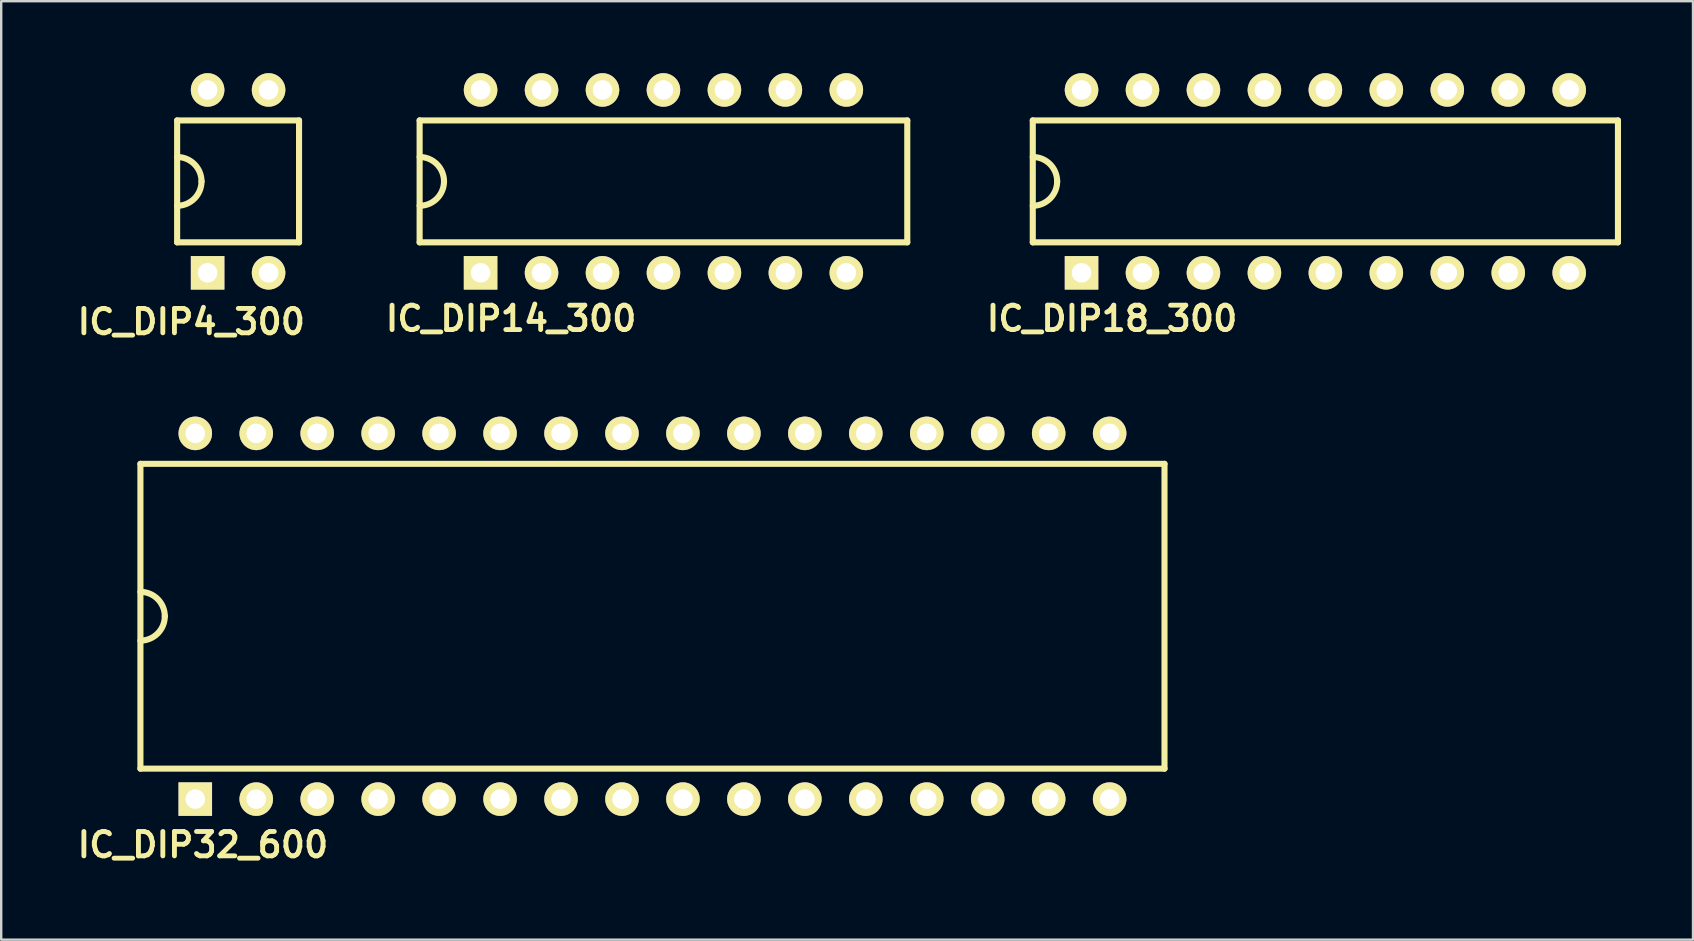
<source format=kicad_pcb>
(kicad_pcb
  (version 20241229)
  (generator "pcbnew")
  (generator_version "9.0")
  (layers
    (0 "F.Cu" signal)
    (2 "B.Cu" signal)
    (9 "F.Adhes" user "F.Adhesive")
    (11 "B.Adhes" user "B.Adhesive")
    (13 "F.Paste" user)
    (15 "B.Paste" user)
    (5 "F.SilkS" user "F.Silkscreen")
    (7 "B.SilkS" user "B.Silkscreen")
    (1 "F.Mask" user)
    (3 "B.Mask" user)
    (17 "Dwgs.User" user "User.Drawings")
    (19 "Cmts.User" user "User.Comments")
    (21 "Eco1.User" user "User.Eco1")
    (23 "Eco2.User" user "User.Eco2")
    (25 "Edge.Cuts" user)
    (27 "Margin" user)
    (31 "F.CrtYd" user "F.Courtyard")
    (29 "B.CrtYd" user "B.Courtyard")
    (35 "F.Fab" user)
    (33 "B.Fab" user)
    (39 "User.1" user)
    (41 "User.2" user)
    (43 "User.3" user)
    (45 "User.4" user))
  (footprint "IC_DIP18_300"
    (layer "F.Cu")
    (at 52.176 4.508)
    (property "Reference" "IC_DIP18_300" (at -8.89 5.715 0) (layer "F.SilkS") (effects (font (size 1.016 1.016) (thickness 0.203))))
    (attr through_hole)
    (fp_line (start -12.192 -2.54) (end 12.192 -2.54) (stroke (width 0.254) (type solid)) (layer "F.SilkS"))
    (fp_line (start -12.192 2.54) (end -12.192 -2.54) (stroke (width 0.254) (type solid)) (layer "F.SilkS"))
    (fp_line (start 12.192 -2.54) (end 12.192 2.54) (stroke (width 0.254) (type solid)) (layer "F.SilkS"))
    (fp_line (start 12.192 2.54) (end -12.192 2.54) (stroke (width 0.254) (type solid)) (layer "F.SilkS"))
    (fp_arc (start -12.192 -1.016) (mid -11.47358 -0.71842) (end -11.176 0) (stroke (width 0.254) (type solid)) (layer "F.SilkS"))
    (fp_arc (start -11.176 0) (mid -11.47358 0.71842) (end -12.192 1.016) (stroke (width 0.254) (type solid)) (layer "F.SilkS"))
    (pad "1" thru_hole rect (at -10.16 3.81) (size 1.397 1.397) (drill 0.813) (layers "*.Cu" "*.Mask" "F.SilkS"))
    (pad "2" thru_hole circle (at -7.62 3.81) (size 1.397 1.397) (drill 0.813) (layers "*.Cu" "*.Mask" "F.SilkS"))
    (pad "3" thru_hole circle (at -5.08 3.81) (size 1.397 1.397) (drill 0.813) (layers "*.Cu" "*.Mask" "F.SilkS"))
    (pad "4" thru_hole circle (at -2.54 3.81) (size 1.397 1.397) (drill 0.813) (layers "*.Cu" "*.Mask" "F.SilkS"))
    (pad "5" thru_hole circle (at 0 3.81) (size 1.397 1.397) (drill 0.813) (layers "*.Cu" "*.Mask" "F.SilkS"))
    (pad "6" thru_hole circle (at 2.54 3.81) (size 1.397 1.397) (drill 0.813) (layers "*.Cu" "*.Mask" "F.SilkS"))
    (pad "7" thru_hole circle (at 5.08 3.81) (size 1.397 1.397) (drill 0.813) (layers "*.Cu" "*.Mask" "F.SilkS"))
    (pad "8" thru_hole circle (at 7.62 3.81) (size 1.397 1.397) (drill 0.813) (layers "*.Cu" "*.Mask" "F.SilkS"))
    (pad "9" thru_hole circle (at 10.16 3.81) (size 1.397 1.397) (drill 0.813) (layers "*.Cu" "*.Mask" "F.SilkS"))
    (pad "10" thru_hole circle (at 10.16 -3.81) (size 1.397 1.397) (drill 0.813) (layers "*.Cu" "*.Mask" "F.SilkS"))
    (pad "11" thru_hole circle (at 7.62 -3.81) (size 1.397 1.397) (drill 0.813) (layers "*.Cu" "*.Mask" "F.SilkS"))
    (pad "12" thru_hole circle (at 5.08 -3.81) (size 1.397 1.397) (drill 0.813) (layers "*.Cu" "*.Mask" "F.SilkS"))
    (pad "13" thru_hole circle (at 2.54 -3.81) (size 1.397 1.397) (drill 0.813) (layers "*.Cu" "*.Mask" "F.SilkS"))
    (pad "14" thru_hole circle (at 0 -3.81) (size 1.397 1.397) (drill 0.813) (layers "*.Cu" "*.Mask" "F.SilkS"))
    (pad "15" thru_hole circle (at -2.54 -3.81) (size 1.397 1.397) (drill 0.813) (layers "*.Cu" "*.Mask" "F.SilkS"))
    (pad "16" thru_hole circle (at -5.08 -3.81) (size 1.397 1.397) (drill 0.813) (layers "*.Cu" "*.Mask" "F.SilkS"))
    (pad "17" thru_hole circle (at -7.62 -3.81) (size 1.397 1.397) (drill 0.813) (layers "*.Cu" "*.Mask" "F.SilkS"))
    (pad "18" thru_hole circle (at -10.16 -3.81) (size 1.397 1.397) (drill 0.813) (layers "*.Cu" "*.Mask" "F.SilkS")))
  (footprint "IC_DIP14_300"
    (layer "F.Cu")
    (at 24.595 4.508)
    (property "Reference" "IC_DIP14_300" (at -6.35 5.715 0) (layer "F.SilkS") (effects (font (size 1.016 1.016) (thickness 0.203))))
    (attr through_hole)
    (fp_line (start -10.16 -2.54) (end -10.16 2.54) (stroke (width 0.254) (type solid)) (layer "F.SilkS"))
    (fp_line (start -10.16 2.54) (end 10.16 2.54) (stroke (width 0.254) (type solid)) (layer "F.SilkS"))
    (fp_line (start 10.16 -2.54) (end -10.16 -2.54) (stroke (width 0.254) (type solid)) (layer "F.SilkS"))
    (fp_line (start 10.16 2.54) (end 10.16 -2.54) (stroke (width 0.254) (type solid)) (layer "F.SilkS"))
    (fp_arc (start -10.16 -1.016) (mid -9.44158 -0.71842) (end -9.144 0) (stroke (width 0.254) (type solid)) (layer "F.SilkS"))
    (fp_arc (start -9.144 0) (mid -9.44158 0.71842) (end -10.16 1.016) (stroke (width 0.254) (type solid)) (layer "F.SilkS"))
    (pad "1" thru_hole rect (at -7.62 3.81) (size 1.397 1.397) (drill 0.813) (layers "*.Cu" "*.Mask" "F.SilkS"))
    (pad "2" thru_hole circle (at -5.08 3.81) (size 1.397 1.397) (drill 0.813) (layers "*.Cu" "*.Mask" "F.SilkS"))
    (pad "3" thru_hole circle (at -2.54 3.81) (size 1.397 1.397) (drill 0.813) (layers "*.Cu" "*.Mask" "F.SilkS"))
    (pad "4" thru_hole circle (at 0 3.81) (size 1.397 1.397) (drill 0.813) (layers "*.Cu" "*.Mask" "F.SilkS"))
    (pad "5" thru_hole circle (at 2.54 3.81) (size 1.397 1.397) (drill 0.813) (layers "*.Cu" "*.Mask" "F.SilkS"))
    (pad "6" thru_hole circle (at 5.08 3.81) (size 1.397 1.397) (drill 0.813) (layers "*.Cu" "*.Mask" "F.SilkS"))
    (pad "7" thru_hole circle (at 7.62 3.81) (size 1.397 1.397) (drill 0.813) (layers "*.Cu" "*.Mask" "F.SilkS"))
    (pad "8" thru_hole circle (at 7.62 -3.81) (size 1.397 1.397) (drill 0.813) (layers "*.Cu" "*.Mask" "F.SilkS"))
    (pad "9" thru_hole circle (at 5.08 -3.81) (size 1.397 1.397) (drill 0.813) (layers "*.Cu" "*.Mask" "F.SilkS"))
    (pad "10" thru_hole circle (at 2.54 -3.81) (size 1.397 1.397) (drill 0.813) (layers "*.Cu" "*.Mask" "F.SilkS"))
    (pad "11" thru_hole circle (at 0 -3.81) (size 1.397 1.397) (drill 0.813) (layers "*.Cu" "*.Mask" "F.SilkS"))
    (pad "12" thru_hole circle (at -2.54 -3.81) (size 1.397 1.397) (drill 0.813) (layers "*.Cu" "*.Mask" "F.SilkS"))
    (pad "13" thru_hole circle (at -5.08 -3.81) (size 1.397 1.397) (drill 0.813) (layers "*.Cu" "*.Mask" "F.SilkS"))
    (pad "14" thru_hole circle (at -7.62 -3.81) (size 1.397 1.397) (drill 0.813) (layers "*.Cu" "*.Mask" "F.SilkS")))
  (footprint "IC_DIP4_300"
    (layer "F.Cu")
    (at 6.871 4.508)
    (property "Reference" "IC_DIP4_300" (at -1.951 5.85 0) (layer "F.SilkS") (effects (font (size 1.016 1.016) (thickness 0.203))))
    (attr through_hole)
    (fp_line (start -2.54 -2.54) (end 2.54 -2.54) (stroke (width 0.254) (type solid)) (layer "F.SilkS"))
    (fp_line (start -2.54 2.54) (end -2.54 -2.54) (stroke (width 0.254) (type solid)) (layer "F.SilkS"))
    (fp_line (start -2.54 2.54) (end 2.54 2.54) (stroke (width 0.254) (type solid)) (layer "F.SilkS"))
    (fp_line (start 2.54 -2.54) (end 2.54 2.54) (stroke (width 0.254) (type solid)) (layer "F.SilkS"))
    (fp_arc (start -2.54 -1.016) (mid -1.82158 -0.71842) (end -1.524 0) (stroke (width 0.254) (type solid)) (layer "F.SilkS"))
    (fp_arc (start -1.524 0) (mid -1.82158 0.71842) (end -2.54 1.016) (stroke (width 0.254) (type solid)) (layer "F.SilkS"))
    (pad "1" thru_hole rect (at -1.27 3.81) (size 1.397 1.397) (drill 0.813) (layers "*.Cu" "*.Mask" "F.SilkS"))
    (pad "2" thru_hole circle (at 1.27 3.81) (size 1.397 1.397) (drill 0.813) (layers "*.Cu" "*.Mask" "F.SilkS"))
    (pad "3" thru_hole circle (at 1.27 -3.81) (size 1.397 1.397) (drill 0.813) (layers "*.Cu" "*.Mask" "F.SilkS"))
    (pad "4" thru_hole circle (at -1.27 -3.81) (size 1.397 1.397) (drill 0.813) (layers "*.Cu" "*.Mask" "F.SilkS")))
  (footprint "IC_DIP32_600"
    (layer "F.Cu")
    (at 24.137 22.628)
    (property "Reference" "IC_DIP32_600" (at -18.733 9.525 0) (layer "F.SilkS") (effects (font (size 1.016 1.016) (thickness 0.203))))
    (attr through_hole)
    (fp_line (start -21.336 -6.35) (end 21.336 -6.35) (stroke (width 0.254) (type solid)) (layer "F.SilkS"))
    (fp_line (start -21.336 6.35) (end -21.336 -6.35) (stroke (width 0.254) (type solid)) (layer "F.SilkS"))
    (fp_line (start 21.336 -6.35) (end 21.336 6.35) (stroke (width 0.254) (type solid)) (layer "F.SilkS"))
    (fp_line (start 21.336 6.35) (end -21.336 6.35) (stroke (width 0.254) (type solid)) (layer "F.SilkS"))
    (fp_arc (start -21.336 -1.016) (mid -20.61758 -0.71842) (end -20.32 0) (stroke (width 0.254) (type solid)) (layer "F.SilkS"))
    (fp_arc (start -20.32 0) (mid -20.61758 0.71842) (end -21.336 1.016) (stroke (width 0.254) (type solid)) (layer "F.SilkS"))
    (pad "1" thru_hole rect (at -19.05 7.62) (size 1.397 1.397) (drill 0.813) (layers "*.Cu" "*.Mask" "F.SilkS"))
    (pad "2" thru_hole circle (at -16.51 7.62) (size 1.397 1.397) (drill 0.813) (layers "*.Cu" "*.Mask" "F.SilkS"))
    (pad "3" thru_hole circle (at -13.97 7.62) (size 1.397 1.397) (drill 0.813) (layers "*.Cu" "*.Mask" "F.SilkS"))
    (pad "4" thru_hole circle (at -11.43 7.62) (size 1.397 1.397) (drill 0.813) (layers "*.Cu" "*.Mask" "F.SilkS"))
    (pad "5" thru_hole circle (at -8.89 7.62) (size 1.397 1.397) (drill 0.813) (layers "*.Cu" "*.Mask" "F.SilkS"))
    (pad "6" thru_hole circle (at -6.35 7.62) (size 1.397 1.397) (drill 0.813) (layers "*.Cu" "*.Mask" "F.SilkS"))
    (pad "7" thru_hole circle (at -3.81 7.62) (size 1.397 1.397) (drill 0.813) (layers "*.Cu" "*.Mask" "F.SilkS"))
    (pad "8" thru_hole circle (at -1.27 7.62) (size 1.397 1.397) (drill 0.813) (layers "*.Cu" "*.Mask" "F.SilkS"))
    (pad "9" thru_hole circle (at 1.27 7.62) (size 1.397 1.397) (drill 0.813) (layers "*.Cu" "*.Mask" "F.SilkS"))
    (pad "10" thru_hole circle (at 3.81 7.62) (size 1.397 1.397) (drill 0.813) (layers "*.Cu" "*.Mask" "F.SilkS"))
    (pad "11" thru_hole circle (at 6.35 7.62) (size 1.397 1.397) (drill 0.813) (layers "*.Cu" "*.Mask" "F.SilkS"))
    (pad "12" thru_hole circle (at 8.89 7.62) (size 1.397 1.397) (drill 0.813) (layers "*.Cu" "*.Mask" "F.SilkS"))
    (pad "13" thru_hole circle (at 11.43 7.62) (size 1.397 1.397) (drill 0.813) (layers "*.Cu" "*.Mask" "F.SilkS"))
    (pad "14" thru_hole circle (at 13.97 7.62) (size 1.397 1.397) (drill 0.813) (layers "*.Cu" "*.Mask" "F.SilkS"))
    (pad "15" thru_hole circle (at 16.51 7.62) (size 1.397 1.397) (drill 0.813) (layers "*.Cu" "*.Mask" "F.SilkS"))
    (pad "16" thru_hole circle (at 19.05 7.62) (size 1.397 1.397) (drill 0.813) (layers "*.Cu" "*.Mask" "F.SilkS"))
    (pad "17" thru_hole circle (at 19.05 -7.62) (size 1.397 1.397) (drill 0.813) (layers "*.Cu" "*.Mask" "F.SilkS"))
    (pad "18" thru_hole circle (at 16.51 -7.62) (size 1.397 1.397) (drill 0.813) (layers "*.Cu" "*.Mask" "F.SilkS"))
    (pad "19" thru_hole circle (at 13.97 -7.62) (size 1.397 1.397) (drill 0.813) (layers "*.Cu" "*.Mask" "F.SilkS"))
    (pad "20" thru_hole circle (at 11.43 -7.62) (size 1.397 1.397) (drill 0.813) (layers "*.Cu" "*.Mask" "F.SilkS"))
    (pad "21" thru_hole circle (at 8.89 -7.62) (size 1.397 1.397) (drill 0.813) (layers "*.Cu" "*.Mask" "F.SilkS"))
    (pad "22" thru_hole circle (at 6.35 -7.62) (size 1.397 1.397) (drill 0.813) (layers "*.Cu" "*.Mask" "F.SilkS"))
    (pad "23" thru_hole circle (at 3.81 -7.62) (size 1.397 1.397) (drill 0.813) (layers "*.Cu" "*.Mask" "F.SilkS"))
    (pad "24" thru_hole circle (at 1.27 -7.62) (size 1.397 1.397) (drill 0.813) (layers "*.Cu" "*.Mask" "F.SilkS"))
    (pad "25" thru_hole circle (at -1.27 -7.62) (size 1.397 1.397) (drill 0.813) (layers "*.Cu" "*.Mask" "F.SilkS"))
    (pad "26" thru_hole circle (at -3.81 -7.62) (size 1.397 1.397) (drill 0.813) (layers "*.Cu" "*.Mask" "F.SilkS"))
    (pad "27" thru_hole circle (at -6.35 -7.62) (size 1.397 1.397) (drill 0.813) (layers "*.Cu" "*.Mask" "F.SilkS"))
    (pad "28" thru_hole circle (at -8.89 -7.62) (size 1.397 1.397) (drill 0.813) (layers "*.Cu" "*.Mask" "F.SilkS"))
    (pad "29" thru_hole circle (at -11.43 -7.62) (size 1.397 1.397) (drill 0.813) (layers "*.Cu" "*.Mask" "F.SilkS"))
    (pad "30" thru_hole circle (at -13.97 -7.62) (size 1.397 1.397) (drill 0.813) (layers "*.Cu" "*.Mask" "F.SilkS"))
    (pad "31" thru_hole circle (at -16.51 -7.62) (size 1.397 1.397) (drill 0.813) (layers "*.Cu" "*.Mask" "F.SilkS"))
    (pad "32" thru_hole circle (at -19.05 -7.62) (size 1.397 1.397) (drill 0.813) (layers "*.Cu" "*.Mask" "F.SilkS")))
  (gr_rect
    (start -3 -3)
    (end 67.495 36.104)
    (stroke (width 0.1) (type default))
    (fill no)
    (layer "Edge.Cuts")))
</source>
